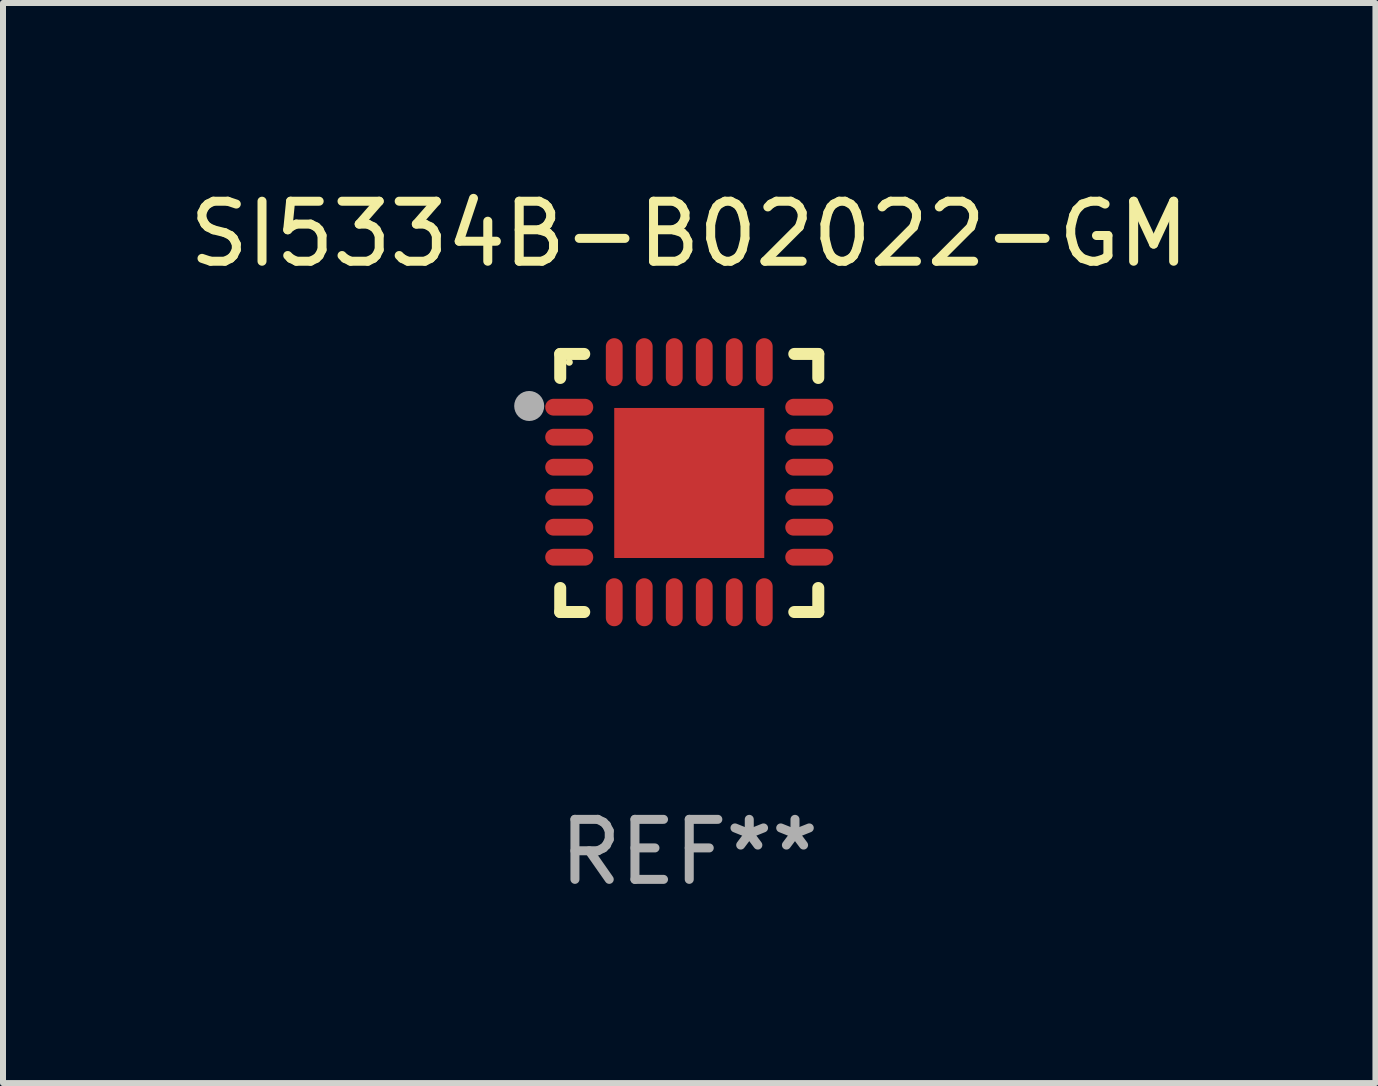
<source format=kicad_pcb>
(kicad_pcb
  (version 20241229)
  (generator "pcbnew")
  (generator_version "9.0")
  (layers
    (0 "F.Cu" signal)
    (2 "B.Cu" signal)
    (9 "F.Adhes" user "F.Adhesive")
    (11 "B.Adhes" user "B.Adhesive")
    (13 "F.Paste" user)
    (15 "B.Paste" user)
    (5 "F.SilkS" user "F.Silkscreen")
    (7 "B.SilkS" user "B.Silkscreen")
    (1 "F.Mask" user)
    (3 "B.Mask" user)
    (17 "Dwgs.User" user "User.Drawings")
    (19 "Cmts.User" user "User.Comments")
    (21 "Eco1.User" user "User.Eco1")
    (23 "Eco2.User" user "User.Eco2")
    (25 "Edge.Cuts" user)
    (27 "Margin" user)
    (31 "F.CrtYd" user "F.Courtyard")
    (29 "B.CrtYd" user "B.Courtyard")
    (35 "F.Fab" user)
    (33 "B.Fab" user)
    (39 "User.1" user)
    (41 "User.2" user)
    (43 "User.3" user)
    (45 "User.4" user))
  (footprint "SI5334B-B02022-GM"
    (layer "F.Cu")
    (at 8.435 4.998)
    (property "Reference" "SI5334B-B02022-GM" (at 0 -4.15 0) (layer "F.SilkS") (effects (font (size 1 1) (thickness 0.15))))
    (attr through_hole)
    (fp_line (start -2.15 -2.15) (end -1.75 -2.15) (stroke (width 0.2) (type solid)) (layer "F.SilkS"))
    (fp_line (start -2.15 -1.75) (end -2.15 -2.15) (stroke (width 0.2) (type solid)) (layer "F.SilkS"))
    (fp_line (start -2.15 2.15) (end -2.15 1.75) (stroke (width 0.2) (type solid)) (layer "F.SilkS"))
    (fp_line (start -1.75 2.15) (end -2.15 2.15) (stroke (width 0.2) (type solid)) (layer "F.SilkS"))
    (fp_line (start 1.75 -2.15) (end 2.15 -2.15) (stroke (width 0.2) (type solid)) (layer "F.SilkS"))
    (fp_line (start 1.75 2.15) (end 2.15 2.15) (stroke (width 0.2) (type solid)) (layer "F.SilkS"))
    (fp_line (start 2.15 -2.15) (end 2.15 -1.75) (stroke (width 0.2) (type solid)) (layer "F.SilkS"))
    (fp_line (start 2.15 2.15) (end 2.15 1.75) (stroke (width 0.2) (type solid)) (layer "F.SilkS"))
    (fp_circle (center -2 -2.013) (end -1.97 -2.013) (stroke (width 0.06) (type solid)) (fill no) (layer "F.SilkS"))
    (fp_circle (center -2.667 -1.283) (end -2.542 -1.283) (stroke (width 0.25) (type solid)) (fill no) (layer "F.Fab"))
    (fp_text user "REF**" (at 0 6.15 0) (layer "F.Fab") (effects (font (size 1 1) (thickness 0.15))))
    (pad "1" smd oval (at -2 -1.263) (size 0.8 0.28) (layers "F.Cu" "F.Mask" "F.Paste"))
    (pad "2" smd oval (at -2 -0.763) (size 0.8 0.28) (layers "F.Cu" "F.Mask" "F.Paste"))
    (pad "3" smd oval (at -2 -0.263) (size 0.8 0.28) (layers "F.Cu" "F.Mask" "F.Paste"))
    (pad "4" smd oval (at -2 0.237) (size 0.8 0.28) (layers "F.Cu" "F.Mask" "F.Paste"))
    (pad "5" smd oval (at -2 0.737) (size 0.8 0.28) (layers "F.Cu" "F.Mask" "F.Paste"))
    (pad "6" smd oval (at -2 1.237) (size 0.8 0.28) (layers "F.Cu" "F.Mask" "F.Paste"))
    (pad "7" smd oval (at -1.25 1.987) (size 0.28 0.8) (layers "F.Cu" "F.Mask" "F.Paste"))
    (pad "8" smd oval (at -0.75 1.987) (size 0.28 0.8) (layers "F.Cu" "F.Mask" "F.Paste"))
    (pad "9" smd oval (at -0.25 1.987) (size 0.28 0.8) (layers "F.Cu" "F.Mask" "F.Paste"))
    (pad "10" smd oval (at 0.25 1.987) (size 0.28 0.8) (layers "F.Cu" "F.Mask" "F.Paste"))
    (pad "11" smd oval (at 0.75 1.987) (size 0.28 0.8) (layers "F.Cu" "F.Mask" "F.Paste"))
    (pad "12" smd oval (at 1.25 1.987) (size 0.28 0.8) (layers "F.Cu" "F.Mask" "F.Paste"))
    (pad "13" smd oval (at 2 1.237) (size 0.8 0.28) (layers "F.Cu" "F.Mask" "F.Paste"))
    (pad "14" smd oval (at 2 0.737) (size 0.8 0.28) (layers "F.Cu" "F.Mask" "F.Paste"))
    (pad "15" smd oval (at 2 0.237) (size 0.8 0.28) (layers "F.Cu" "F.Mask" "F.Paste"))
    (pad "16" smd oval (at 2 -0.263) (size 0.8 0.28) (layers "F.Cu" "F.Mask" "F.Paste"))
    (pad "17" smd oval (at 2 -0.763) (size 0.8 0.28) (layers "F.Cu" "F.Mask" "F.Paste"))
    (pad "18" smd oval (at 2 -1.263) (size 0.8 0.28) (layers "F.Cu" "F.Mask" "F.Paste"))
    (pad "19" smd oval (at 1.25 -2.013) (size 0.28 0.8) (layers "F.Cu" "F.Mask" "F.Paste"))
    (pad "20" smd oval (at 0.75 -2.013) (size 0.28 0.8) (layers "F.Cu" "F.Mask" "F.Paste"))
    (pad "21" smd oval (at 0.25 -2.013) (size 0.28 0.8) (layers "F.Cu" "F.Mask" "F.Paste"))
    (pad "22" smd oval (at -0.25 -2.013) (size 0.28 0.8) (layers "F.Cu" "F.Mask" "F.Paste"))
    (pad "23" smd oval (at -0.75 -2.013) (size 0.28 0.8) (layers "F.Cu" "F.Mask" "F.Paste"))
    (pad "24" smd oval (at -1.25 -2.013) (size 0.28 0.8) (layers "F.Cu" "F.Mask" "F.Paste"))
    (pad "25" smd rect (at -0.000127 -0.00014) (size 2.5 2.5) (layers "F.Cu" "F.Mask" "F.Paste")))
  (gr_rect
    (start -3 -3)
    (end 19.869 14.997)
    (stroke (width 0.1) (type default))
    (fill no)
    (layer "Edge.Cuts")))
</source>
